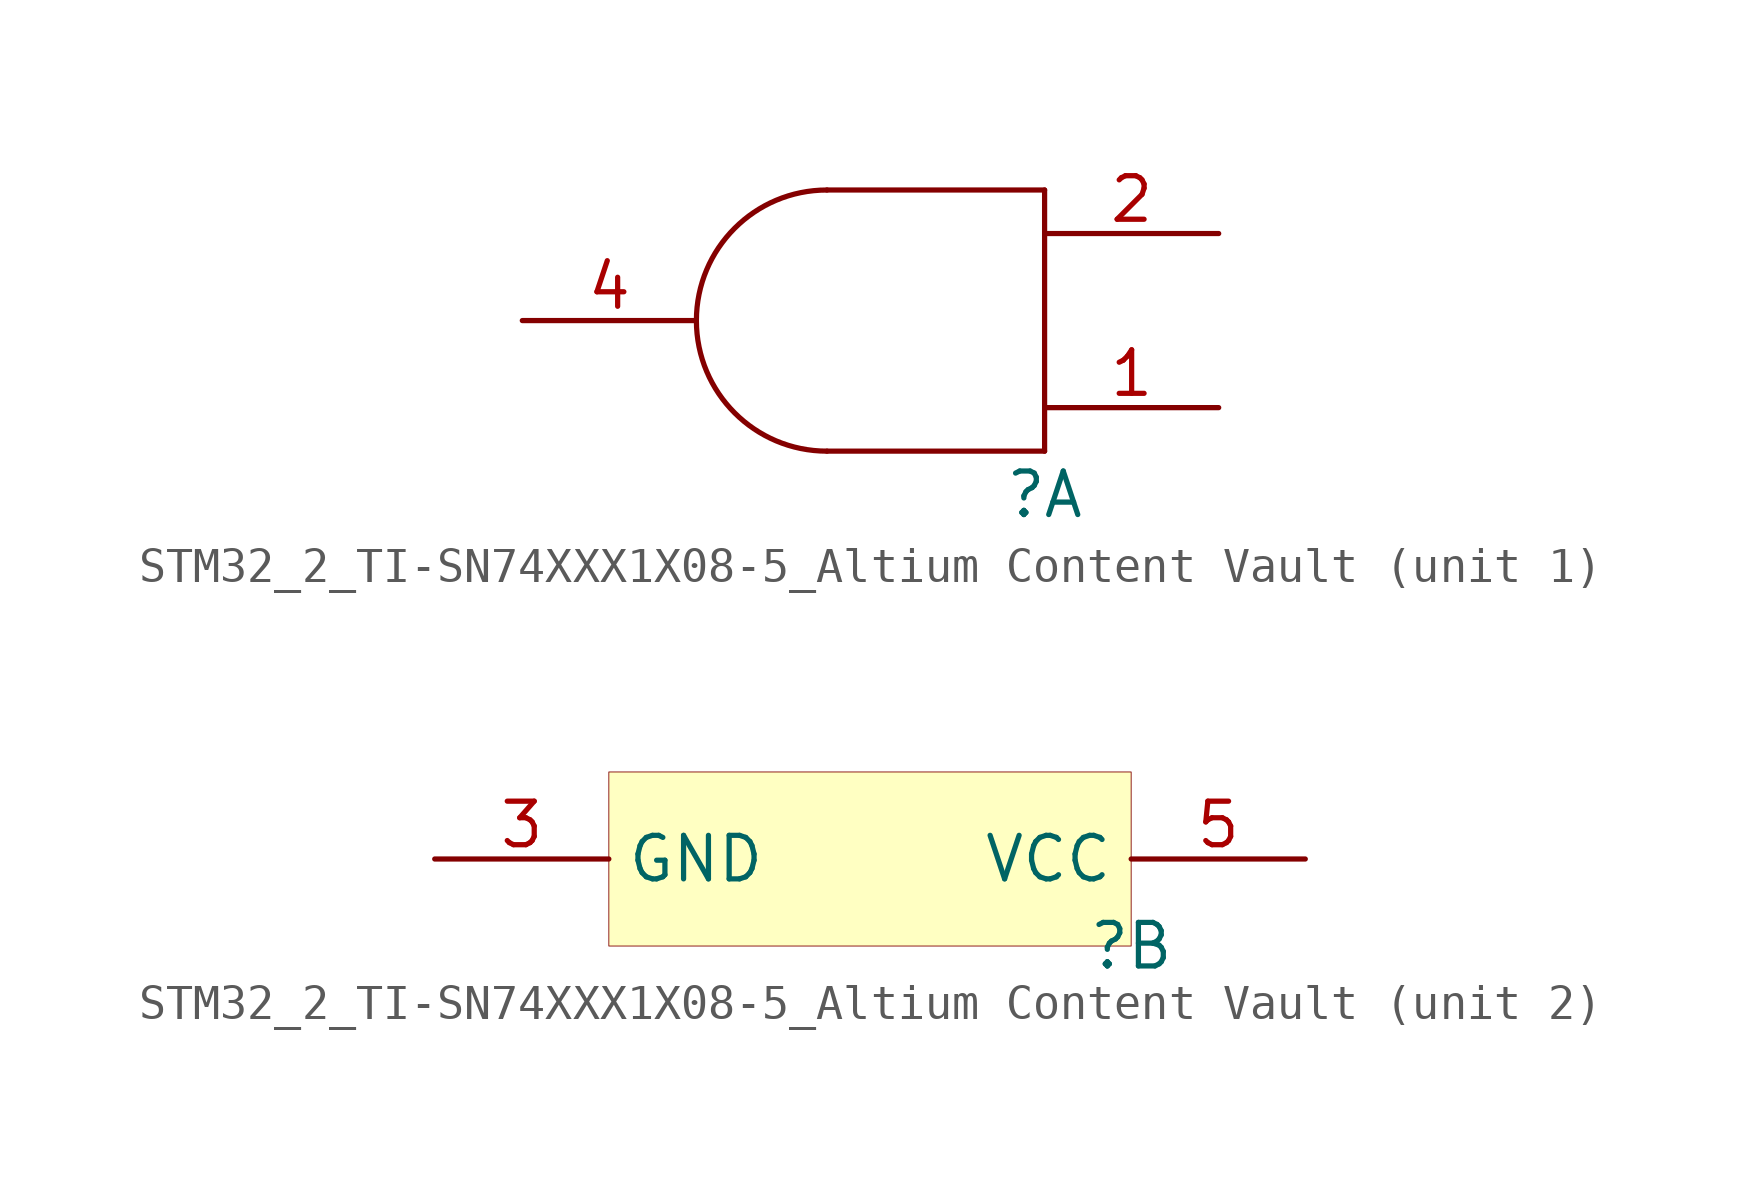
<source format=kicad_sym>
(kicad_symbol_lib
  (version 20241209)
  (generator "kicad_symbol_editor")
  (generator_version "9.0")
  (symbol "STM32_2_TI-SN74XXX1X08-5_Altium Content Vault"
    (property "Reference" ""
      (at 0 0 0)
      (effects (font (size 1.27 1.27))))
    (property "Value" ""
      (at 0 0 0)
      (effects (font (size 1.27 1.27))))
    (symbol "STM32_2_TI-SN74XXX1X08-5_Altium Content Vault_1_0"
      (arc (start -6.35 1.27) (mid -10.16 5.08) (end -6.35 8.89) (stroke (width 0) (type solid)) (fill (type none)))
      (polyline (pts (xy 0 8.89) (xy -6.35 8.89)) (stroke (width 0) (type solid)) (fill (type none)))
      (polyline (pts (xy 0 1.27) (xy -6.35 1.27)) (stroke (width 0) (type solid)) (fill (type none)))
      (polyline (pts (xy 0 1.27) (xy 0 8.89)) (stroke (width 0) (type solid)) (fill (type none)))
      (pin output line (at -15.24 5.08 0) (length 5.08) (name "Y" (effects (font (size 0 0)))) (number "4" (effects (font (size 1.27 1.27)))))
      (pin input line (at 5.08 7.62 180) (length 5.08) (name "B" (effects (font (size 0 0)))) (number "2" (effects (font (size 1.27 1.27)))))
      (pin input line (at 5.08 2.54 180) (length 5.08) (name "A" (effects (font (size 0 0)))) (number "1" (effects (font (size 1.27 1.27))))))
    (symbol "STM32_2_TI-SN74XXX1X08-5_Altium Content Vault_2_0"
      (rectangle (start 0 5.08) (end -15.24 0) (stroke (width 0.025) (type solid) (color 128 0 0 1)) (fill (type background)))
      (pin power_in line (at -20.32 2.54 0) (length 5.08) (name "GND" (effects (font (size 1.27 1.27)))) (number "3" (effects (font (size 1.27 1.27)))))
      (pin power_in line (at 5.08 2.54 180) (length 5.08) (name "VCC" (effects (font (size 1.27 1.27)))) (number "5" (effects (font (size 1.27 1.27))))))))
</source>
